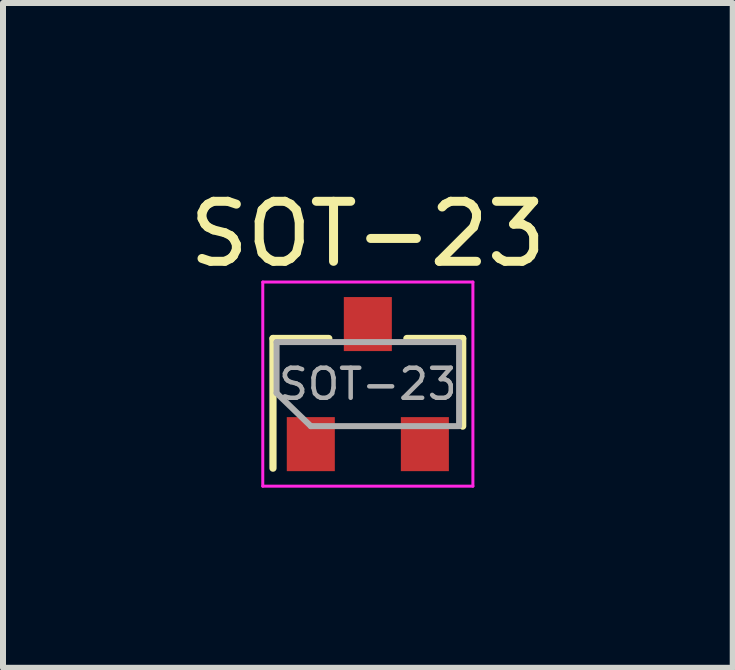
<source format=kicad_pcb>
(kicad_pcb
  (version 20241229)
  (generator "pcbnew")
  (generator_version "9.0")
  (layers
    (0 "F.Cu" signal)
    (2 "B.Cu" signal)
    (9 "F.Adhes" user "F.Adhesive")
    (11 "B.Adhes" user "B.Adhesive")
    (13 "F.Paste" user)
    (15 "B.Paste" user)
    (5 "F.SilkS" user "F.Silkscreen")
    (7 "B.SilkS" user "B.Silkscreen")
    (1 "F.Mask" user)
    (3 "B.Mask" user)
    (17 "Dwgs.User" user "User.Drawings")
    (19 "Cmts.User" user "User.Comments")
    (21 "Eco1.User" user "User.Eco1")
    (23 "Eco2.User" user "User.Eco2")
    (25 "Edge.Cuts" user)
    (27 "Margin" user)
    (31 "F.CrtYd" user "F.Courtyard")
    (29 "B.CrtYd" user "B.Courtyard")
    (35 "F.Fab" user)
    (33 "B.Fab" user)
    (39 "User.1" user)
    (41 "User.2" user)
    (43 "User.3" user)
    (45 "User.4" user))
  (footprint "SOT-23"
    (layer "F.Cu")
    (at 3.077 3.348)
    (property "Reference" "SOT-23" (at 0 -2.5 180) (layer "F.SilkS") (effects (font (size 1 1) (thickness 0.15))))
    (attr smd)
    (fp_line (start -1.58 -0.76) (end -1.58 1.4) (stroke (width 0.12) (type solid)) (layer "F.SilkS"))
    (fp_line (start -1.58 -0.76) (end -0.65 -0.76) (stroke (width 0.12) (type solid)) (layer "F.SilkS"))
    (fp_line (start 1.58 -0.76) (end 0.65 -0.76) (stroke (width 0.12) (type solid)) (layer "F.SilkS"))
    (fp_line (start 1.58 -0.76) (end 1.58 0.7) (stroke (width 0.12) (type solid)) (layer "F.SilkS"))
    (fp_line (start -1.75 -1.7) (end 1.75 -1.7) (stroke (width 0.05) (type solid)) (layer "F.CrtYd"))
    (fp_line (start -1.75 1.7) (end -1.75 -1.7) (stroke (width 0.05) (type solid)) (layer "F.CrtYd"))
    (fp_line (start 1.75 -1.7) (end 1.75 1.7) (stroke (width 0.05) (type solid)) (layer "F.CrtYd"))
    (fp_line (start 1.75 1.7) (end -1.75 1.7) (stroke (width 0.05) (type solid)) (layer "F.CrtYd"))
    (fp_line (start -1.52 -0.7) (end 1.52 -0.7) (stroke (width 0.1) (type solid)) (layer "F.Fab"))
    (fp_line (start -1.52 0.15) (end -1.52 -0.7) (stroke (width 0.1) (type solid)) (layer "F.Fab"))
    (fp_line (start -0.95 0.7) (end -1.52 0.15) (stroke (width 0.1) (type solid)) (layer "F.Fab"))
    (fp_line (start -0.95 0.7) (end 1.5 0.7) (stroke (width 0.1) (type solid)) (layer "F.Fab"))
    (fp_line (start 1.52 0.7) (end 1.52 -0.7) (stroke (width 0.1) (type solid)) (layer "F.Fab"))
    (fp_text user "${REFERENCE}" (at 0 0 180) (layer "F.Fab") (effects (font (size 0.5 0.5) (thickness 0.075))))
    (pad "1" smd rect (at -0.95 1 90) (size 0.9 0.8) (layers "F.Cu" "F.Mask" "F.Paste"))
    (pad "2" smd rect (at 0.95 1 90) (size 0.9 0.8) (layers "F.Cu" "F.Mask" "F.Paste"))
    (pad "3" smd rect (at 0 -1 90) (size 0.9 0.8) (layers "F.Cu" "F.Mask" "F.Paste")))
  (gr_rect
    (start -3 -3)
    (end 9.155 8.073)
    (stroke (width 0.1) (type default))
    (fill no)
    (layer "Edge.Cuts")))
</source>
